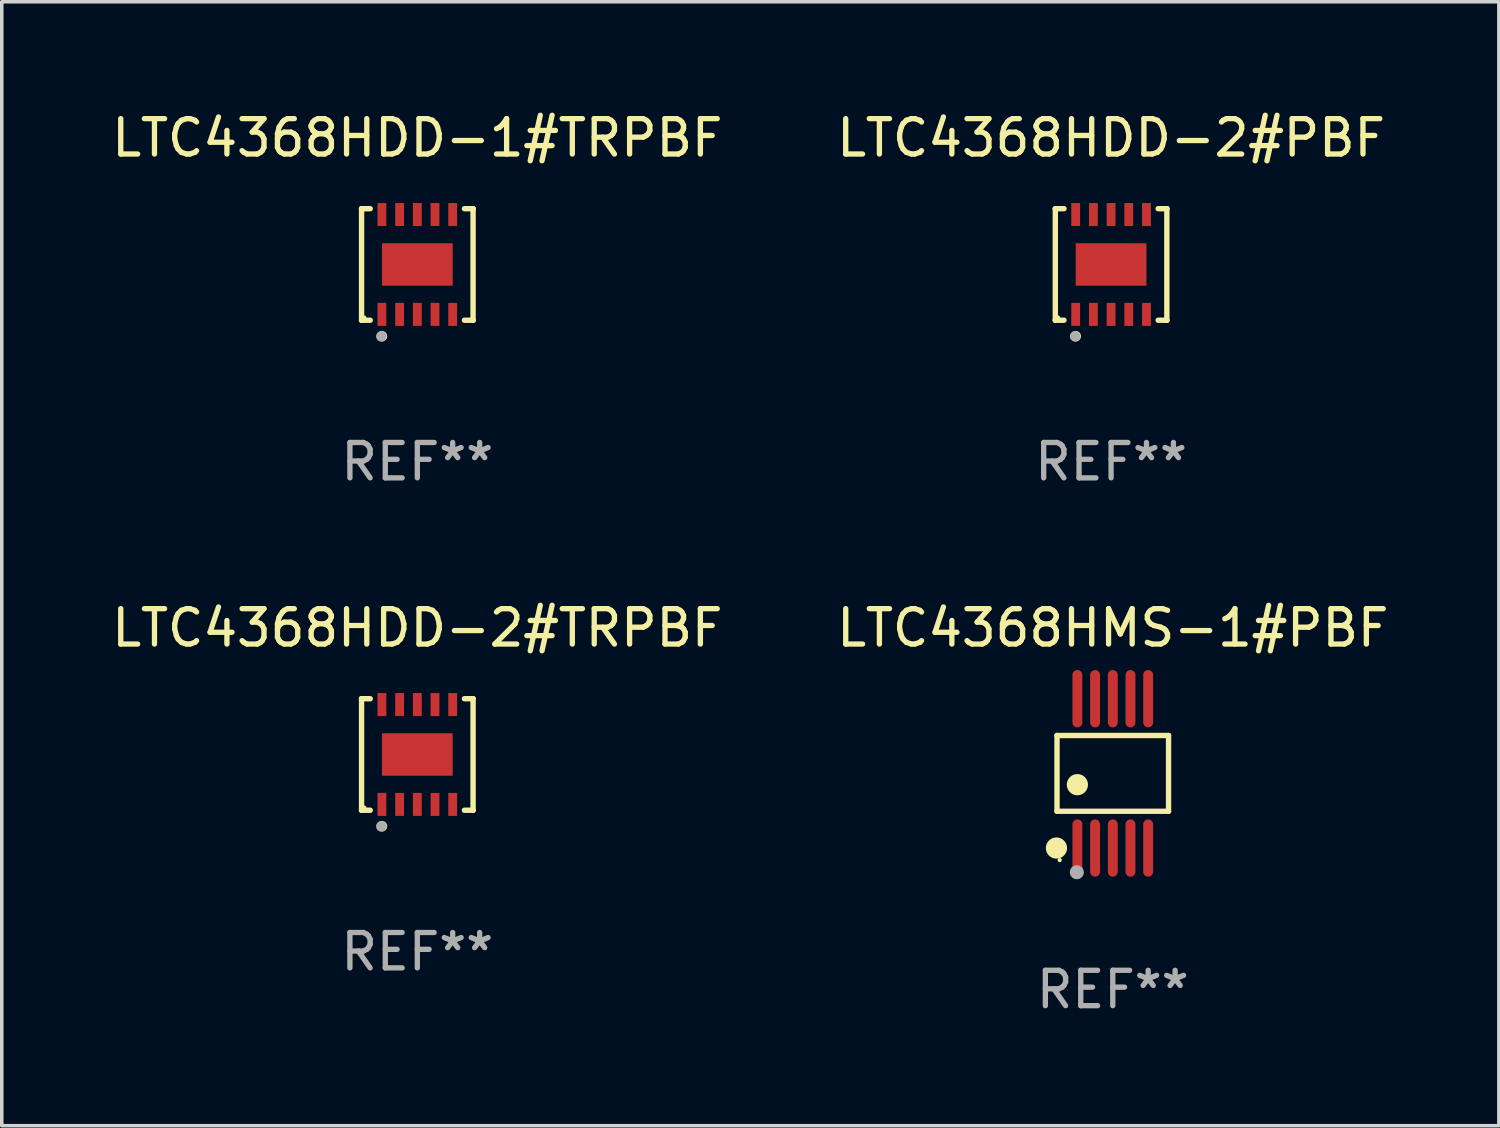
<source format=kicad_pcb>
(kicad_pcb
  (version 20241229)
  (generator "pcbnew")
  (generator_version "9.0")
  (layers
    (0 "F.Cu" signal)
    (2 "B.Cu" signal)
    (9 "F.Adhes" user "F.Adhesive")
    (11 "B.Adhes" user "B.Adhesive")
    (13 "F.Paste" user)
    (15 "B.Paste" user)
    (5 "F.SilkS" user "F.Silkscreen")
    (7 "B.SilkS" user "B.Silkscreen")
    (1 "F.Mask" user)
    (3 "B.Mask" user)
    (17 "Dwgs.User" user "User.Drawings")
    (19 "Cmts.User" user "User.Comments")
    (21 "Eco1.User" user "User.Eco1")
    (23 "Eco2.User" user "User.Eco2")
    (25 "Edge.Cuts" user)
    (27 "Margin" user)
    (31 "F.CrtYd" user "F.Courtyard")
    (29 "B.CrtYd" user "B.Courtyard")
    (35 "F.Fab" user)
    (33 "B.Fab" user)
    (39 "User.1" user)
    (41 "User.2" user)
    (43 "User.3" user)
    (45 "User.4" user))
  (footprint "LTC4368HMS-1#PBF"
    (layer "F.Cu")
    (at 28.399 18.807)
    (property "Reference" "LTC4368HMS-1#PBF" (at 0 -4.11 0) (layer "F.SilkS") (effects (font (size 1 1) (thickness 0.15))))
    (attr through_hole)
    (fp_line (start -1.576 -1.071) (end 1.576 -1.071) (stroke (width 0.152) (type solid)) (layer "F.SilkS"))
    (fp_line (start -1.576 1.071) (end -1.576 -1.071) (stroke (width 0.152) (type solid)) (layer "F.SilkS"))
    (fp_line (start 1.576 -1.071) (end 1.576 1.071) (stroke (width 0.152) (type solid)) (layer "F.SilkS"))
    (fp_line (start 1.576 1.071) (end -1.576 1.071) (stroke (width 0.152) (type solid)) (layer "F.SilkS"))
    (fp_circle (center -1.592 2.11) (end -1.442 2.11) (stroke (width 0.3) (type solid)) (fill no) (layer "F.SilkS"))
    (fp_circle (center -1.5 2.45) (end -1.47 2.45) (stroke (width 0.06) (type solid)) (fill no) (layer "F.SilkS"))
    (fp_circle (center -1 0.319) (end -0.85 0.319) (stroke (width 0.3) (type solid)) (fill no) (layer "F.SilkS"))
    (fp_circle (center -1.016 2.794) (end -0.916 2.794) (stroke (width 0.2) (type solid)) (fill no) (layer "F.Fab"))
    (fp_text user "REF**" (at 0 6.11 0) (layer "F.Fab") (effects (font (size 1 1) (thickness 0.15))))
    (pad "1" smd oval (at -1 2.11) (size 0.28 1.62) (layers "F.Cu" "F.Mask" "F.Paste"))
    (pad "2" smd oval (at -0.5 2.11) (size 0.28 1.62) (layers "F.Cu" "F.Mask" "F.Paste"))
    (pad "3" smd oval (at 0 2.11) (size 0.28 1.62) (layers "F.Cu" "F.Mask" "F.Paste"))
    (pad "4" smd oval (at 0.5 2.11) (size 0.28 1.62) (layers "F.Cu" "F.Mask" "F.Paste"))
    (pad "5" smd oval (at 1 2.11) (size 0.28 1.62) (layers "F.Cu" "F.Mask" "F.Paste"))
    (pad "6" smd oval (at 1 -2.11) (size 0.28 1.62) (layers "F.Cu" "F.Mask" "F.Paste"))
    (pad "7" smd oval (at 0.5 -2.11) (size 0.28 1.62) (layers "F.Cu" "F.Mask" "F.Paste"))
    (pad "8" smd oval (at 0 -2.11) (size 0.28 1.62) (layers "F.Cu" "F.Mask" "F.Paste"))
    (pad "9" smd oval (at -0.5 -2.11) (size 0.28 1.62) (layers "F.Cu" "F.Mask" "F.Paste"))
    (pad "10" smd oval (at -1 -2.11) (size 0.28 1.62) (layers "F.Cu" "F.Mask" "F.Paste")))
  (footprint "LTC4368HDD-2#PBF"
    (layer "F.Cu")
    (at 28.351 4.424)
    (property "Reference" "LTC4368HDD-2#PBF" (at 0 -3.576 0) (layer "F.SilkS") (effects (font (size 1 1) (thickness 0.15))))
    (attr through_hole)
    (fp_line (start -1.576 -1.576) (end -1.576 -1.576) (stroke (width 0.152) (type solid)) (layer "F.SilkS"))
    (fp_line (start -1.576 -1.576) (end -1.331 -1.576) (stroke (width 0.152) (type solid)) (layer "F.SilkS"))
    (fp_line (start -1.576 1.576) (end -1.576 -1.576) (stroke (width 0.152) (type solid)) (layer "F.SilkS"))
    (fp_line (start -1.576 1.576) (end -1.576 1.576) (stroke (width 0.152) (type solid)) (layer "F.SilkS"))
    (fp_line (start -1.331 1.576) (end -1.576 1.576) (stroke (width 0.152) (type solid)) (layer "F.SilkS"))
    (fp_line (start 1.331 1.576) (end 1.576 1.576) (stroke (width 0.152) (type solid)) (layer "F.SilkS"))
    (fp_line (start 1.576 -1.576) (end 1.331 -1.576) (stroke (width 0.152) (type solid)) (layer "F.SilkS"))
    (fp_line (start 1.576 -1.576) (end 1.576 -1.576) (stroke (width 0.152) (type solid)) (layer "F.SilkS"))
    (fp_line (start 1.576 1.576) (end 1.576 -1.576) (stroke (width 0.152) (type solid)) (layer "F.SilkS"))
    (fp_line (start 1.576 1.576) (end 1.576 1.576) (stroke (width 0.152) (type solid)) (layer "F.SilkS"))
    (fp_circle (center -1.5 1.5) (end -1.47 1.5) (stroke (width 0.06) (type solid)) (fill no) (layer "F.SilkS"))
    (fp_circle (center -1 2.028) (end -0.925 2.028) (stroke (width 0.15) (type solid)) (fill no) (layer "F.SilkS"))
    (fp_circle (center -1.016 2.032) (end -0.941 2.032) (stroke (width 0.15) (type solid)) (fill no) (layer "F.Fab"))
    (fp_text user "REF**" (at 0 5.576 0) (layer "F.Fab") (effects (font (size 1 1) (thickness 0.15))))
    (pad "1" smd rect (at -1 1.411) (size 0.25 0.65) (layers "F.Cu" "F.Mask" "F.Paste"))
    (pad "2" smd rect (at -0.5 1.411) (size 0.25 0.65) (layers "F.Cu" "F.Mask" "F.Paste"))
    (pad "3" smd rect (at 0 1.411) (size 0.25 0.65) (layers "F.Cu" "F.Mask" "F.Paste"))
    (pad "4" smd rect (at 0.5 1.411) (size 0.25 0.65) (layers "F.Cu" "F.Mask" "F.Paste"))
    (pad "5" smd rect (at 1 1.411) (size 0.25 0.65) (layers "F.Cu" "F.Mask" "F.Paste"))
    (pad "6" smd rect (at 1 -1.411) (size 0.25 0.65) (layers "F.Cu" "F.Mask" "F.Paste"))
    (pad "7" smd rect (at 0.5 -1.411) (size 0.25 0.65) (layers "F.Cu" "F.Mask" "F.Paste"))
    (pad "8" smd rect (at 0 -1.411) (size 0.25 0.65) (layers "F.Cu" "F.Mask" "F.Paste"))
    (pad "9" smd rect (at -0.5 -1.411) (size 0.25 0.65) (layers "F.Cu" "F.Mask" "F.Paste"))
    (pad "10" smd rect (at -1 -1.411) (size 0.25 0.65) (layers "F.Cu" "F.Mask" "F.Paste"))
    (pad "11" smd rect (at 0 0) (size 2 1.2) (layers "F.Cu" "F.Mask" "F.Paste")))
  (footprint "LTC4368HDD-1#TRPBF"
    (layer "F.Cu")
    (at 8.744 4.424)
    (property "Reference" "LTC4368HDD-1#TRPBF" (at 0 -3.576 0) (layer "F.SilkS") (effects (font (size 1 1) (thickness 0.15))))
    (attr through_hole)
    (fp_line (start -1.576 -1.576) (end -1.576 -1.576) (stroke (width 0.152) (type solid)) (layer "F.SilkS"))
    (fp_line (start -1.576 -1.576) (end -1.331 -1.576) (stroke (width 0.152) (type solid)) (layer "F.SilkS"))
    (fp_line (start -1.576 1.576) (end -1.576 -1.576) (stroke (width 0.152) (type solid)) (layer "F.SilkS"))
    (fp_line (start -1.576 1.576) (end -1.576 1.576) (stroke (width 0.152) (type solid)) (layer "F.SilkS"))
    (fp_line (start -1.331 1.576) (end -1.576 1.576) (stroke (width 0.152) (type solid)) (layer "F.SilkS"))
    (fp_line (start 1.331 1.576) (end 1.576 1.576) (stroke (width 0.152) (type solid)) (layer "F.SilkS"))
    (fp_line (start 1.576 -1.576) (end 1.331 -1.576) (stroke (width 0.152) (type solid)) (layer "F.SilkS"))
    (fp_line (start 1.576 -1.576) (end 1.576 -1.576) (stroke (width 0.152) (type solid)) (layer "F.SilkS"))
    (fp_line (start 1.576 1.576) (end 1.576 -1.576) (stroke (width 0.152) (type solid)) (layer "F.SilkS"))
    (fp_line (start 1.576 1.576) (end 1.576 1.576) (stroke (width 0.152) (type solid)) (layer "F.SilkS"))
    (fp_circle (center -1.5 1.5) (end -1.47 1.5) (stroke (width 0.06) (type solid)) (fill no) (layer "F.SilkS"))
    (fp_circle (center -1 2.028) (end -0.925 2.028) (stroke (width 0.15) (type solid)) (fill no) (layer "F.SilkS"))
    (fp_circle (center -1.016 2.032) (end -0.941 2.032) (stroke (width 0.15) (type solid)) (fill no) (layer "F.Fab"))
    (fp_text user "REF**" (at 0 5.576 0) (layer "F.Fab") (effects (font (size 1 1) (thickness 0.15))))
    (pad "1" smd rect (at -1 1.411) (size 0.25 0.65) (layers "F.Cu" "F.Mask" "F.Paste"))
    (pad "2" smd rect (at -0.5 1.411) (size 0.25 0.65) (layers "F.Cu" "F.Mask" "F.Paste"))
    (pad "3" smd rect (at 0 1.411) (size 0.25 0.65) (layers "F.Cu" "F.Mask" "F.Paste"))
    (pad "4" smd rect (at 0.5 1.411) (size 0.25 0.65) (layers "F.Cu" "F.Mask" "F.Paste"))
    (pad "5" smd rect (at 1 1.411) (size 0.25 0.65) (layers "F.Cu" "F.Mask" "F.Paste"))
    (pad "6" smd rect (at 1 -1.411) (size 0.25 0.65) (layers "F.Cu" "F.Mask" "F.Paste"))
    (pad "7" smd rect (at 0.5 -1.411) (size 0.25 0.65) (layers "F.Cu" "F.Mask" "F.Paste"))
    (pad "8" smd rect (at 0 -1.411) (size 0.25 0.65) (layers "F.Cu" "F.Mask" "F.Paste"))
    (pad "9" smd rect (at -0.5 -1.411) (size 0.25 0.65) (layers "F.Cu" "F.Mask" "F.Paste"))
    (pad "10" smd rect (at -1 -1.411) (size 0.25 0.65) (layers "F.Cu" "F.Mask" "F.Paste"))
    (pad "11" smd rect (at 0 0) (size 2 1.2) (layers "F.Cu" "F.Mask" "F.Paste")))
  (footprint "LTC4368HDD-2#TRPBF"
    (layer "F.Cu")
    (at 8.744 18.273)
    (property "Reference" "LTC4368HDD-2#TRPBF" (at 0 -3.576 0) (layer "F.SilkS") (effects (font (size 1 1) (thickness 0.15))))
    (attr through_hole)
    (fp_line (start -1.576 -1.576) (end -1.576 -1.576) (stroke (width 0.152) (type solid)) (layer "F.SilkS"))
    (fp_line (start -1.576 -1.576) (end -1.331 -1.576) (stroke (width 0.152) (type solid)) (layer "F.SilkS"))
    (fp_line (start -1.576 1.576) (end -1.576 -1.576) (stroke (width 0.152) (type solid)) (layer "F.SilkS"))
    (fp_line (start -1.576 1.576) (end -1.576 1.576) (stroke (width 0.152) (type solid)) (layer "F.SilkS"))
    (fp_line (start -1.331 1.576) (end -1.576 1.576) (stroke (width 0.152) (type solid)) (layer "F.SilkS"))
    (fp_line (start 1.331 1.576) (end 1.576 1.576) (stroke (width 0.152) (type solid)) (layer "F.SilkS"))
    (fp_line (start 1.576 -1.576) (end 1.331 -1.576) (stroke (width 0.152) (type solid)) (layer "F.SilkS"))
    (fp_line (start 1.576 -1.576) (end 1.576 -1.576) (stroke (width 0.152) (type solid)) (layer "F.SilkS"))
    (fp_line (start 1.576 1.576) (end 1.576 -1.576) (stroke (width 0.152) (type solid)) (layer "F.SilkS"))
    (fp_line (start 1.576 1.576) (end 1.576 1.576) (stroke (width 0.152) (type solid)) (layer "F.SilkS"))
    (fp_circle (center -1.5 1.5) (end -1.47 1.5) (stroke (width 0.06) (type solid)) (fill no) (layer "F.SilkS"))
    (fp_circle (center -1 2.028) (end -0.925 2.028) (stroke (width 0.15) (type solid)) (fill no) (layer "F.SilkS"))
    (fp_circle (center -1.016 2.032) (end -0.941 2.032) (stroke (width 0.15) (type solid)) (fill no) (layer "F.Fab"))
    (fp_text user "REF**" (at 0 5.576 0) (layer "F.Fab") (effects (font (size 1 1) (thickness 0.15))))
    (pad "1" smd rect (at -1 1.411) (size 0.25 0.65) (layers "F.Cu" "F.Mask" "F.Paste"))
    (pad "2" smd rect (at -0.5 1.411) (size 0.25 0.65) (layers "F.Cu" "F.Mask" "F.Paste"))
    (pad "3" smd rect (at 0 1.411) (size 0.25 0.65) (layers "F.Cu" "F.Mask" "F.Paste"))
    (pad "4" smd rect (at 0.5 1.411) (size 0.25 0.65) (layers "F.Cu" "F.Mask" "F.Paste"))
    (pad "5" smd rect (at 1 1.411) (size 0.25 0.65) (layers "F.Cu" "F.Mask" "F.Paste"))
    (pad "6" smd rect (at 1 -1.411) (size 0.25 0.65) (layers "F.Cu" "F.Mask" "F.Paste"))
    (pad "7" smd rect (at 0.5 -1.411) (size 0.25 0.65) (layers "F.Cu" "F.Mask" "F.Paste"))
    (pad "8" smd rect (at 0 -1.411) (size 0.25 0.65) (layers "F.Cu" "F.Mask" "F.Paste"))
    (pad "9" smd rect (at -0.5 -1.411) (size 0.25 0.65) (layers "F.Cu" "F.Mask" "F.Paste"))
    (pad "10" smd rect (at -1 -1.411) (size 0.25 0.65) (layers "F.Cu" "F.Mask" "F.Paste"))
    (pad "11" smd rect (at 0 0) (size 2 1.2) (layers "F.Cu" "F.Mask" "F.Paste")))
  (gr_rect
    (start -3 -3)
    (end 39.31 28.765)
    (stroke (width 0.1) (type default))
    (fill no)
    (layer "Edge.Cuts")))
</source>
